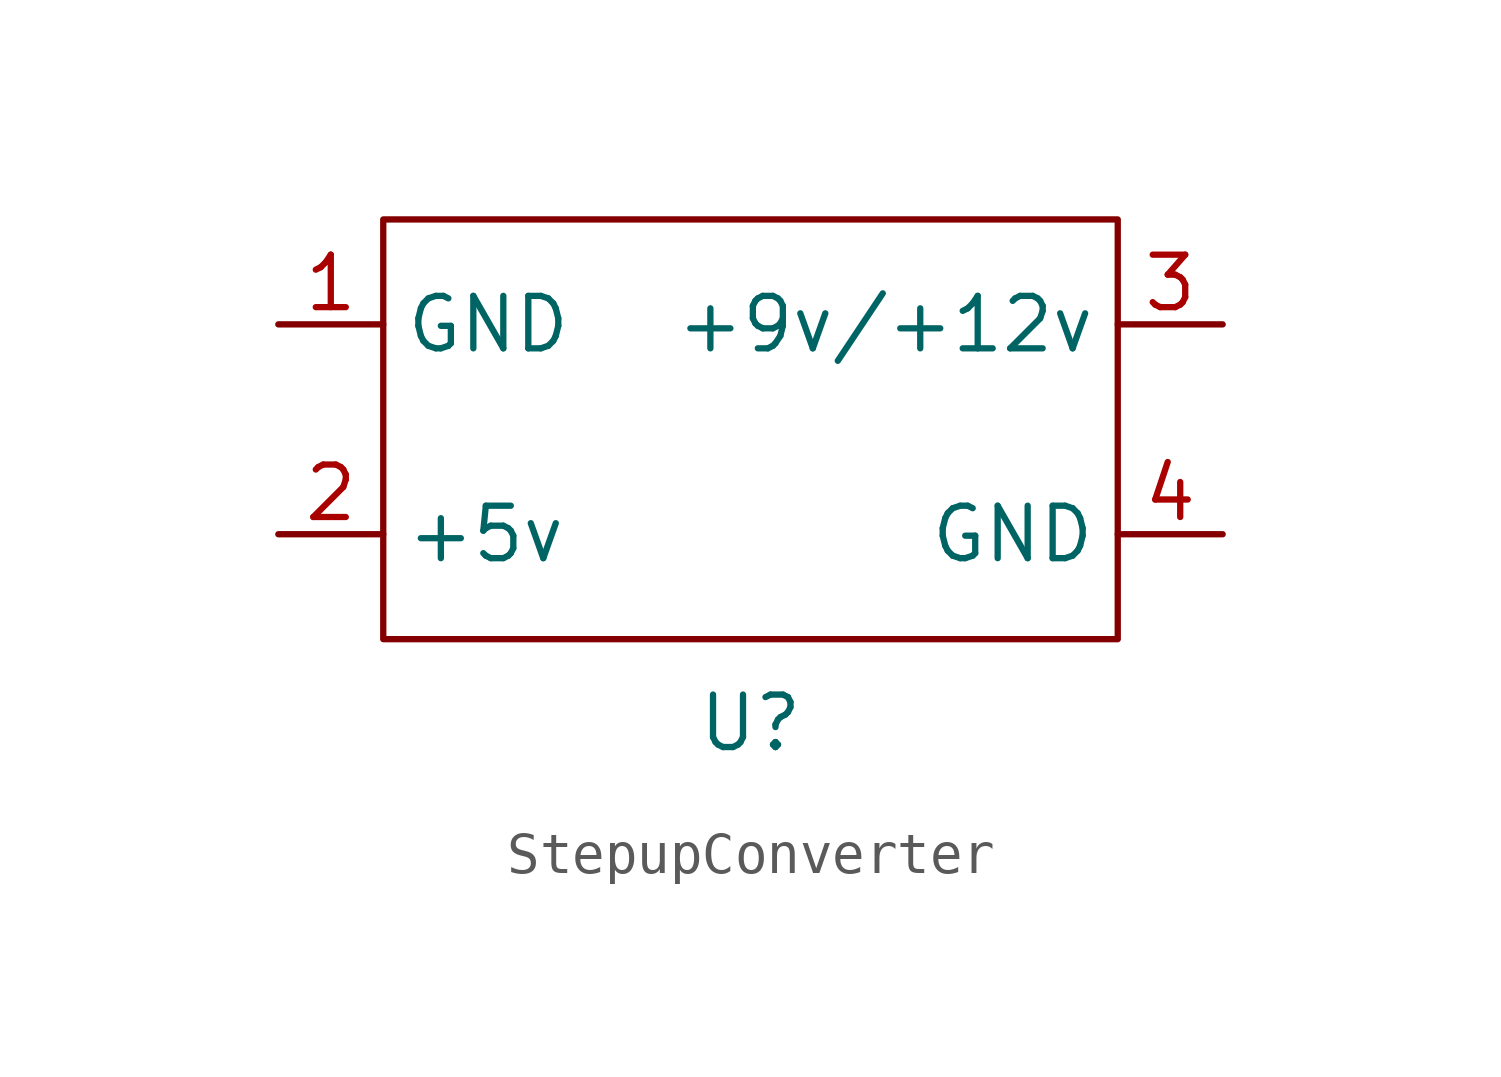
<source format=kicad_sym>
(kicad_symbol_lib
  (version 20231120)
  (generator "kicad_symbol_editor")
  (generator_version "8.0")
  (symbol "StepupConverter"
    (property "Reference" "U"
      (at 0 3.048 0)
      (effects (font (size 1.27 1.27))))
    (property "Value" ""
      (at -6.35 5.08 0)
      (effects (font (size 1.27 1.27))))
    (symbol "StepupConverter_0_1"
      (rectangle (start -8.89 15.24) (end 8.89 5.08) (stroke (width 0) (type default)) (fill (type none))))
    (symbol "StepupConverter_1_1"
      (pin power_in line (at -11.43 12.7 0) (length 2.54) (name "GND" (effects (font (size 1.27 1.27)))) (number "1" (effects (font (size 1.27 1.27)))))
      (pin power_in line (at -11.43 7.62 0) (length 2.54) (name "+5v" (effects (font (size 1.27 1.27)))) (number "2" (effects (font (size 1.27 1.27)))))
      (pin power_in line (at 11.43 12.7 180) (length 2.54) (name "+9v/+12v" (effects (font (size 1.27 1.27)))) (number "3" (effects (font (size 1.27 1.27)))))
      (pin power_out line (at 11.43 7.62 180) (length 2.54) (name "GND" (effects (font (size 1.27 1.27)))) (number "4" (effects (font (size 1.27 1.27))))))))
</source>
